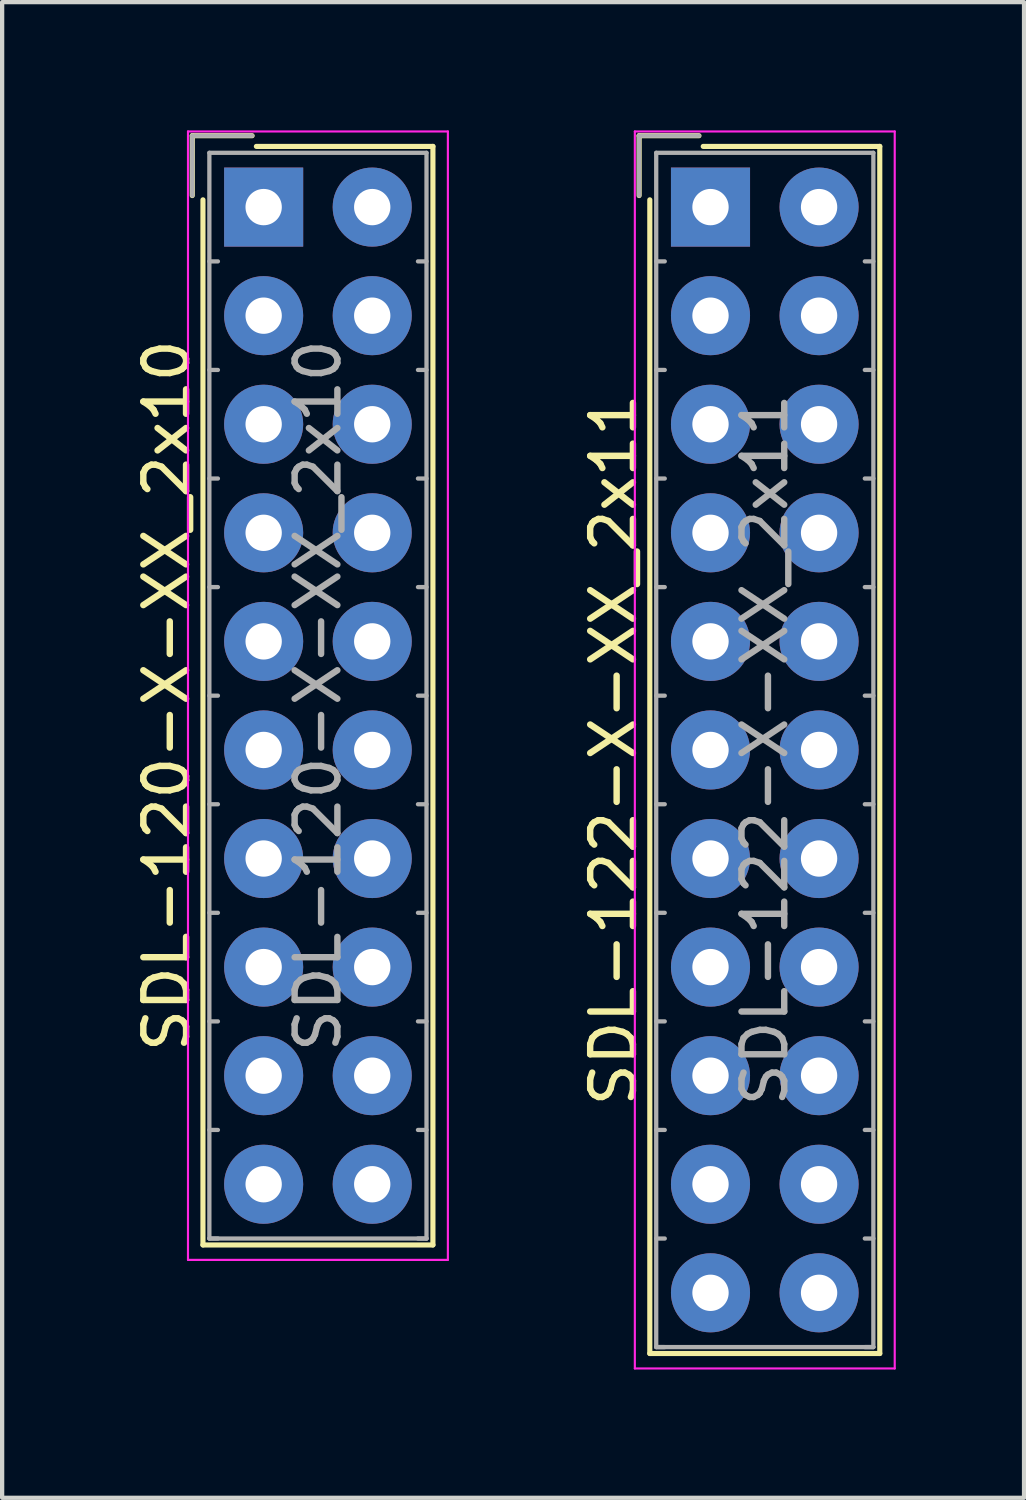
<source format=kicad_pcb>
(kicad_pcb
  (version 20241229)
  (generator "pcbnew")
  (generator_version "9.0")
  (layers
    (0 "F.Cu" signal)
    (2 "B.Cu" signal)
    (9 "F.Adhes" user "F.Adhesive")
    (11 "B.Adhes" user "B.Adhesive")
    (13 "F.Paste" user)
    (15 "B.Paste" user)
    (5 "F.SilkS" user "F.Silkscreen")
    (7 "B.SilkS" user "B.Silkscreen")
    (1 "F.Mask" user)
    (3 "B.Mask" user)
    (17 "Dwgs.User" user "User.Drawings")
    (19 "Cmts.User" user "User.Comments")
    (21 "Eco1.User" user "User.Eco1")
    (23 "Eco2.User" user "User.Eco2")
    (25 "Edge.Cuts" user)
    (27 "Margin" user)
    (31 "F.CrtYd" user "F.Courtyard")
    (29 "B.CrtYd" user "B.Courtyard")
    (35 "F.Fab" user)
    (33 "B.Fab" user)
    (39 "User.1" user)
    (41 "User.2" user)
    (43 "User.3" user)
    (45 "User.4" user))
  (footprint "SDL-122-X-XX_2x11"
    (layer "F.Cu")
    (at 13.572 1.795)
    (property "Reference" "SDL-122-X-XX_2x11" (at -2.27 12.7 90) (layer "F.SilkS") (effects (font (size 1 1) (thickness 0.15))))
    (attr through_hole)
    (fp_line (start -1.67 -1.67) (end -1.67 -0.27) (stroke (width 0.12) (type solid)) (layer "F.SilkS"))
    (fp_line (start -1.42 26.82) (end -1.42 -0.17) (stroke (width 0.12) (type solid)) (layer "F.SilkS"))
    (fp_line (start -0.27 -1.67) (end -1.67 -1.67) (stroke (width 0.12) (type solid)) (layer "F.SilkS"))
    (fp_line (start -0.17 -1.42) (end 3.96 -1.42) (stroke (width 0.12) (type solid)) (layer "F.SilkS"))
    (fp_line (start 3.96 -1.42) (end 3.96 26.82) (stroke (width 0.12) (type solid)) (layer "F.SilkS"))
    (fp_line (start 3.96 26.82) (end -1.42 26.82) (stroke (width 0.12) (type solid)) (layer "F.SilkS"))
    (fp_line (start -1.77 -1.77) (end -1.77 27.17) (stroke (width 0.05) (type solid)) (layer "F.CrtYd"))
    (fp_line (start -1.77 27.17) (end 4.31 27.17) (stroke (width 0.05) (type solid)) (layer "F.CrtYd"))
    (fp_line (start 4.31 -1.77) (end -1.77 -1.77) (stroke (width 0.05) (type solid)) (layer "F.CrtYd"))
    (fp_line (start 4.31 27.17) (end 4.31 -1.77) (stroke (width 0.05) (type solid)) (layer "F.CrtYd"))
    (fp_line (start -1.67 -1.67) (end -1.67 -0.27) (stroke (width 0.1) (type solid)) (layer "F.Fab"))
    (fp_line (start -1.27 -1.27) (end -1.27 26.67) (stroke (width 0.1) (type solid)) (layer "F.Fab"))
    (fp_line (start -1.27 1.27) (end -1.07 1.27) (stroke (width 0.1) (type solid)) (layer "F.Fab"))
    (fp_line (start -1.27 3.81) (end -1.07 3.81) (stroke (width 0.1) (type solid)) (layer "F.Fab"))
    (fp_line (start -1.27 6.35) (end -1.07 6.35) (stroke (width 0.1) (type solid)) (layer "F.Fab"))
    (fp_line (start -1.27 8.89) (end -1.07 8.89) (stroke (width 0.1) (type solid)) (layer "F.Fab"))
    (fp_line (start -1.27 11.43) (end -1.07 11.43) (stroke (width 0.1) (type solid)) (layer "F.Fab"))
    (fp_line (start -1.27 13.97) (end -1.07 13.97) (stroke (width 0.1) (type solid)) (layer "F.Fab"))
    (fp_line (start -1.27 16.51) (end -1.07 16.51) (stroke (width 0.1) (type solid)) (layer "F.Fab"))
    (fp_line (start -1.27 19.05) (end -1.07 19.05) (stroke (width 0.1) (type solid)) (layer "F.Fab"))
    (fp_line (start -1.27 21.59) (end -1.07 21.59) (stroke (width 0.1) (type solid)) (layer "F.Fab"))
    (fp_line (start -1.27 24.13) (end -1.07 24.13) (stroke (width 0.1) (type solid)) (layer "F.Fab"))
    (fp_line (start -1.27 26.67) (end -1.07 26.67) (stroke (width 0.1) (type solid)) (layer "F.Fab"))
    (fp_line (start -1.27 26.67) (end 3.81 26.67) (stroke (width 0.1) (type solid)) (layer "F.Fab"))
    (fp_line (start -0.27 -1.67) (end -1.67 -1.67) (stroke (width 0.1) (type solid)) (layer "F.Fab"))
    (fp_line (start 3.81 -1.27) (end -1.27 -1.27) (stroke (width 0.1) (type solid)) (layer "F.Fab"))
    (fp_line (start 3.81 1.27) (end 3.61 1.27) (stroke (width 0.1) (type solid)) (layer "F.Fab"))
    (fp_line (start 3.81 3.81) (end 3.61 3.81) (stroke (width 0.1) (type solid)) (layer "F.Fab"))
    (fp_line (start 3.81 6.35) (end 3.61 6.35) (stroke (width 0.1) (type solid)) (layer "F.Fab"))
    (fp_line (start 3.81 8.89) (end 3.61 8.89) (stroke (width 0.1) (type solid)) (layer "F.Fab"))
    (fp_line (start 3.81 11.43) (end 3.61 11.43) (stroke (width 0.1) (type solid)) (layer "F.Fab"))
    (fp_line (start 3.81 13.97) (end 3.61 13.97) (stroke (width 0.1) (type solid)) (layer "F.Fab"))
    (fp_line (start 3.81 16.51) (end 3.61 16.51) (stroke (width 0.1) (type solid)) (layer "F.Fab"))
    (fp_line (start 3.81 19.05) (end 3.61 19.05) (stroke (width 0.1) (type solid)) (layer "F.Fab"))
    (fp_line (start 3.81 21.59) (end 3.61 21.59) (stroke (width 0.1) (type solid)) (layer "F.Fab"))
    (fp_line (start 3.81 24.13) (end 3.61 24.13) (stroke (width 0.1) (type solid)) (layer "F.Fab"))
    (fp_line (start 3.81 26.67) (end 3.61 26.67) (stroke (width 0.1) (type solid)) (layer "F.Fab"))
    (fp_line (start 3.81 26.67) (end 3.81 -1.27) (stroke (width 0.1) (type solid)) (layer "F.Fab"))
    (fp_text user "${REFERENCE}" (at 1.27 12.7 90) (layer "F.Fab") (effects (font (size 1 1) (thickness 0.15))))
    (pad "1" thru_hole rect (at 0 0) (size 1.85 1.85) (drill 0.85) (layers "*.Cu" "*.Mask"))
    (pad "2" thru_hole circle (at 2.54 0) (size 1.85 1.85) (drill 0.85) (layers "*.Cu" "*.Mask"))
    (pad "3" thru_hole circle (at 0 2.54) (size 1.85 1.85) (drill 0.85) (layers "*.Cu" "*.Mask"))
    (pad "4" thru_hole circle (at 2.54 2.54) (size 1.85 1.85) (drill 0.85) (layers "*.Cu" "*.Mask"))
    (pad "5" thru_hole circle (at 0 5.08) (size 1.85 1.85) (drill 0.85) (layers "*.Cu" "*.Mask"))
    (pad "6" thru_hole circle (at 2.54 5.08) (size 1.85 1.85) (drill 0.85) (layers "*.Cu" "*.Mask"))
    (pad "7" thru_hole circle (at 0 7.62) (size 1.85 1.85) (drill 0.85) (layers "*.Cu" "*.Mask"))
    (pad "8" thru_hole circle (at 2.54 7.62) (size 1.85 1.85) (drill 0.85) (layers "*.Cu" "*.Mask"))
    (pad "9" thru_hole circle (at 0 10.16) (size 1.85 1.85) (drill 0.85) (layers "*.Cu" "*.Mask"))
    (pad "10" thru_hole circle (at 2.54 10.16) (size 1.85 1.85) (drill 0.85) (layers "*.Cu" "*.Mask"))
    (pad "11" thru_hole circle (at 0 12.7) (size 1.85 1.85) (drill 0.85) (layers "*.Cu" "*.Mask"))
    (pad "12" thru_hole circle (at 2.54 12.7) (size 1.85 1.85) (drill 0.85) (layers "*.Cu" "*.Mask"))
    (pad "13" thru_hole circle (at 0 15.24) (size 1.85 1.85) (drill 0.85) (layers "*.Cu" "*.Mask"))
    (pad "14" thru_hole circle (at 2.54 15.24) (size 1.85 1.85) (drill 0.85) (layers "*.Cu" "*.Mask"))
    (pad "15" thru_hole circle (at 0 17.78) (size 1.85 1.85) (drill 0.85) (layers "*.Cu" "*.Mask"))
    (pad "16" thru_hole circle (at 2.54 17.78) (size 1.85 1.85) (drill 0.85) (layers "*.Cu" "*.Mask"))
    (pad "17" thru_hole circle (at 0 20.32) (size 1.85 1.85) (drill 0.85) (layers "*.Cu" "*.Mask"))
    (pad "18" thru_hole circle (at 2.54 20.32) (size 1.85 1.85) (drill 0.85) (layers "*.Cu" "*.Mask"))
    (pad "19" thru_hole circle (at 0 22.86) (size 1.85 1.85) (drill 0.85) (layers "*.Cu" "*.Mask"))
    (pad "20" thru_hole circle (at 2.54 22.86) (size 1.85 1.85) (drill 0.85) (layers "*.Cu" "*.Mask"))
    (pad "21" thru_hole circle (at 0 25.4) (size 1.85 1.85) (drill 0.85) (layers "*.Cu" "*.Mask"))
    (pad "22" thru_hole circle (at 2.54 25.4) (size 1.85 1.85) (drill 0.85) (layers "*.Cu" "*.Mask")))
  (footprint "SDL-120-X-XX_2x10"
    (layer "F.Cu")
    (at 3.118 1.795)
    (property "Reference" "SDL-120-X-XX_2x10" (at -2.27 11.43 90) (layer "F.SilkS") (effects (font (size 1 1) (thickness 0.15))))
    (attr through_hole)
    (fp_line (start -1.67 -1.67) (end -1.67 -0.27) (stroke (width 0.12) (type solid)) (layer "F.SilkS"))
    (fp_line (start -1.42 24.28) (end -1.42 -0.17) (stroke (width 0.12) (type solid)) (layer "F.SilkS"))
    (fp_line (start -0.27 -1.67) (end -1.67 -1.67) (stroke (width 0.12) (type solid)) (layer "F.SilkS"))
    (fp_line (start -0.17 -1.42) (end 3.96 -1.42) (stroke (width 0.12) (type solid)) (layer "F.SilkS"))
    (fp_line (start 3.96 -1.42) (end 3.96 24.28) (stroke (width 0.12) (type solid)) (layer "F.SilkS"))
    (fp_line (start 3.96 24.28) (end -1.42 24.28) (stroke (width 0.12) (type solid)) (layer "F.SilkS"))
    (fp_line (start -1.77 -1.77) (end -1.77 24.63) (stroke (width 0.05) (type solid)) (layer "F.CrtYd"))
    (fp_line (start -1.77 24.63) (end 4.31 24.63) (stroke (width 0.05) (type solid)) (layer "F.CrtYd"))
    (fp_line (start 4.31 -1.77) (end -1.77 -1.77) (stroke (width 0.05) (type solid)) (layer "F.CrtYd"))
    (fp_line (start 4.31 24.63) (end 4.31 -1.77) (stroke (width 0.05) (type solid)) (layer "F.CrtYd"))
    (fp_line (start -1.67 -1.67) (end -1.67 -0.27) (stroke (width 0.1) (type solid)) (layer "F.Fab"))
    (fp_line (start -1.27 -1.27) (end -1.27 24.13) (stroke (width 0.1) (type solid)) (layer "F.Fab"))
    (fp_line (start -1.27 1.27) (end -1.07 1.27) (stroke (width 0.1) (type solid)) (layer "F.Fab"))
    (fp_line (start -1.27 3.81) (end -1.07 3.81) (stroke (width 0.1) (type solid)) (layer "F.Fab"))
    (fp_line (start -1.27 6.35) (end -1.07 6.35) (stroke (width 0.1) (type solid)) (layer "F.Fab"))
    (fp_line (start -1.27 8.89) (end -1.07 8.89) (stroke (width 0.1) (type solid)) (layer "F.Fab"))
    (fp_line (start -1.27 11.43) (end -1.07 11.43) (stroke (width 0.1) (type solid)) (layer "F.Fab"))
    (fp_line (start -1.27 13.97) (end -1.07 13.97) (stroke (width 0.1) (type solid)) (layer "F.Fab"))
    (fp_line (start -1.27 16.51) (end -1.07 16.51) (stroke (width 0.1) (type solid)) (layer "F.Fab"))
    (fp_line (start -1.27 19.05) (end -1.07 19.05) (stroke (width 0.1) (type solid)) (layer "F.Fab"))
    (fp_line (start -1.27 21.59) (end -1.07 21.59) (stroke (width 0.1) (type solid)) (layer "F.Fab"))
    (fp_line (start -1.27 24.13) (end -1.07 24.13) (stroke (width 0.1) (type solid)) (layer "F.Fab"))
    (fp_line (start -1.27 24.13) (end 3.81 24.13) (stroke (width 0.1) (type solid)) (layer "F.Fab"))
    (fp_line (start -0.27 -1.67) (end -1.67 -1.67) (stroke (width 0.1) (type solid)) (layer "F.Fab"))
    (fp_line (start 3.81 -1.27) (end -1.27 -1.27) (stroke (width 0.1) (type solid)) (layer "F.Fab"))
    (fp_line (start 3.81 1.27) (end 3.61 1.27) (stroke (width 0.1) (type solid)) (layer "F.Fab"))
    (fp_line (start 3.81 3.81) (end 3.61 3.81) (stroke (width 0.1) (type solid)) (layer "F.Fab"))
    (fp_line (start 3.81 6.35) (end 3.61 6.35) (stroke (width 0.1) (type solid)) (layer "F.Fab"))
    (fp_line (start 3.81 8.89) (end 3.61 8.89) (stroke (width 0.1) (type solid)) (layer "F.Fab"))
    (fp_line (start 3.81 11.43) (end 3.61 11.43) (stroke (width 0.1) (type solid)) (layer "F.Fab"))
    (fp_line (start 3.81 13.97) (end 3.61 13.97) (stroke (width 0.1) (type solid)) (layer "F.Fab"))
    (fp_line (start 3.81 16.51) (end 3.61 16.51) (stroke (width 0.1) (type solid)) (layer "F.Fab"))
    (fp_line (start 3.81 19.05) (end 3.61 19.05) (stroke (width 0.1) (type solid)) (layer "F.Fab"))
    (fp_line (start 3.81 21.59) (end 3.61 21.59) (stroke (width 0.1) (type solid)) (layer "F.Fab"))
    (fp_line (start 3.81 24.13) (end 3.61 24.13) (stroke (width 0.1) (type solid)) (layer "F.Fab"))
    (fp_line (start 3.81 24.13) (end 3.81 -1.27) (stroke (width 0.1) (type solid)) (layer "F.Fab"))
    (fp_text user "${REFERENCE}" (at 1.27 11.43 90) (layer "F.Fab") (effects (font (size 1 1) (thickness 0.15))))
    (pad "1" thru_hole rect (at 0 0) (size 1.85 1.85) (drill 0.85) (layers "*.Cu" "*.Mask"))
    (pad "2" thru_hole circle (at 2.54 0) (size 1.85 1.85) (drill 0.85) (layers "*.Cu" "*.Mask"))
    (pad "3" thru_hole circle (at 0 2.54) (size 1.85 1.85) (drill 0.85) (layers "*.Cu" "*.Mask"))
    (pad "4" thru_hole circle (at 2.54 2.54) (size 1.85 1.85) (drill 0.85) (layers "*.Cu" "*.Mask"))
    (pad "5" thru_hole circle (at 0 5.08) (size 1.85 1.85) (drill 0.85) (layers "*.Cu" "*.Mask"))
    (pad "6" thru_hole circle (at 2.54 5.08) (size 1.85 1.85) (drill 0.85) (layers "*.Cu" "*.Mask"))
    (pad "7" thru_hole circle (at 0 7.62) (size 1.85 1.85) (drill 0.85) (layers "*.Cu" "*.Mask"))
    (pad "8" thru_hole circle (at 2.54 7.62) (size 1.85 1.85) (drill 0.85) (layers "*.Cu" "*.Mask"))
    (pad "9" thru_hole circle (at 0 10.16) (size 1.85 1.85) (drill 0.85) (layers "*.Cu" "*.Mask"))
    (pad "10" thru_hole circle (at 2.54 10.16) (size 1.85 1.85) (drill 0.85) (layers "*.Cu" "*.Mask"))
    (pad "11" thru_hole circle (at 0 12.7) (size 1.85 1.85) (drill 0.85) (layers "*.Cu" "*.Mask"))
    (pad "12" thru_hole circle (at 2.54 12.7) (size 1.85 1.85) (drill 0.85) (layers "*.Cu" "*.Mask"))
    (pad "13" thru_hole circle (at 0 15.24) (size 1.85 1.85) (drill 0.85) (layers "*.Cu" "*.Mask"))
    (pad "14" thru_hole circle (at 2.54 15.24) (size 1.85 1.85) (drill 0.85) (layers "*.Cu" "*.Mask"))
    (pad "15" thru_hole circle (at 0 17.78) (size 1.85 1.85) (drill 0.85) (layers "*.Cu" "*.Mask"))
    (pad "16" thru_hole circle (at 2.54 17.78) (size 1.85 1.85) (drill 0.85) (layers "*.Cu" "*.Mask"))
    (pad "17" thru_hole circle (at 0 20.32) (size 1.85 1.85) (drill 0.85) (layers "*.Cu" "*.Mask"))
    (pad "18" thru_hole circle (at 2.54 20.32) (size 1.85 1.85) (drill 0.85) (layers "*.Cu" "*.Mask"))
    (pad "19" thru_hole circle (at 0 22.86) (size 1.85 1.85) (drill 0.85) (layers "*.Cu" "*.Mask"))
    (pad "20" thru_hole circle (at 2.54 22.86) (size 1.85 1.85) (drill 0.85) (layers "*.Cu" "*.Mask")))
  (gr_rect
    (start -3 -3)
    (end 20.907 31.99)
    (stroke (width 0.1) (type default))
    (fill no)
    (layer "Edge.Cuts")))
</source>
